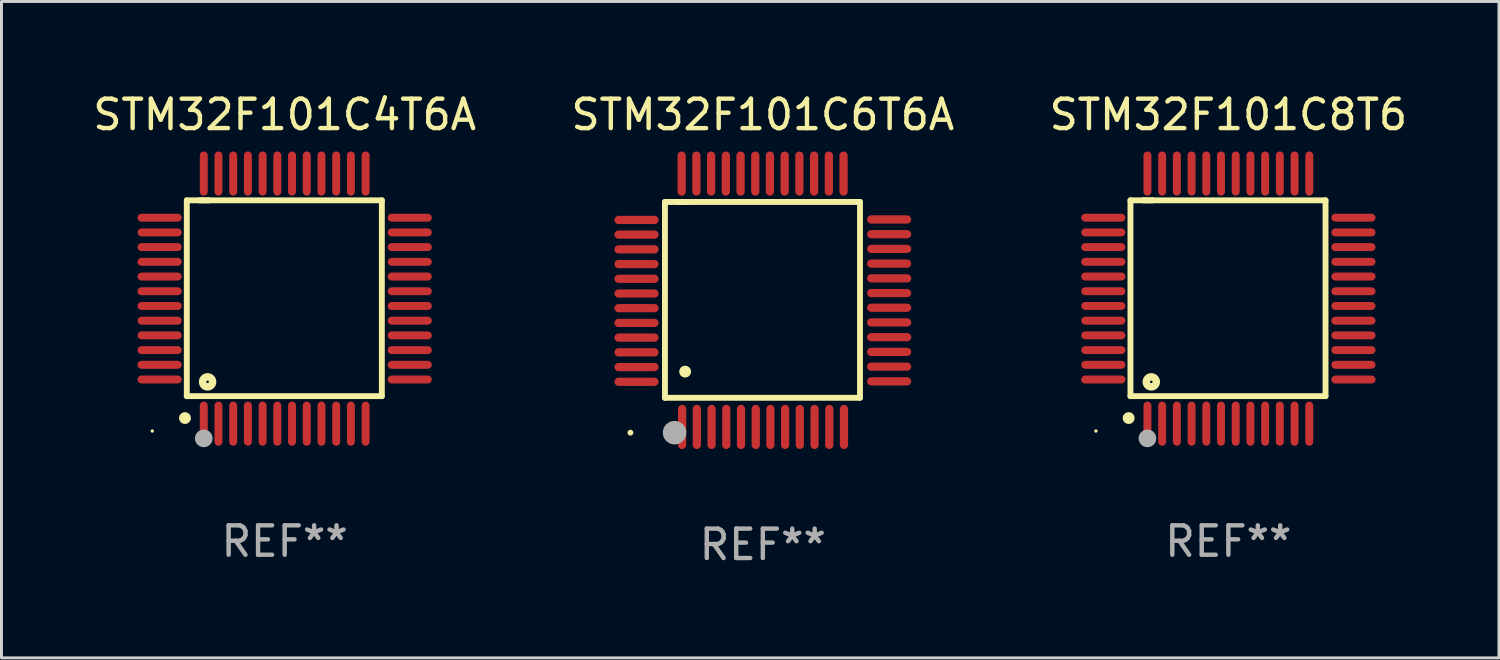
<source format=kicad_pcb>
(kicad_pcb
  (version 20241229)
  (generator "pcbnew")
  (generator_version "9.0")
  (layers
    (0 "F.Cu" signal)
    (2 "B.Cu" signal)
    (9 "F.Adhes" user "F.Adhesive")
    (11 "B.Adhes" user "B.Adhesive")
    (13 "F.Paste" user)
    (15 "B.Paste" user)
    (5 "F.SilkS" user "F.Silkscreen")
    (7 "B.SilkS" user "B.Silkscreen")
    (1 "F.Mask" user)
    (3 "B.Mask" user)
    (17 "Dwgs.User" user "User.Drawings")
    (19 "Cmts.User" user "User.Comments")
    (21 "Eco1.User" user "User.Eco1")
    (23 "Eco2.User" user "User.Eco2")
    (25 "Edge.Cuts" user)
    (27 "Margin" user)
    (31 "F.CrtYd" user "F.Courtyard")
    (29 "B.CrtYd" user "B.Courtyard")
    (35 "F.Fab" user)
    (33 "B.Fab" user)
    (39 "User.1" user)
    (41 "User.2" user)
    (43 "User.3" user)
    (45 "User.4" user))
  (footprint "STM32F101C8T6"
    (layer "F.Cu")
    (at 38.696 7.098)
    (property "Reference" "STM32F101C8T6" (at 0 -6.25 0) (layer "F.SilkS") (effects (font (size 1 1) (thickness 0.15))))
    (attr through_hole)
    (fp_line (start -3.327 -3.34) (end -2.565 -3.34) (stroke (width 0.2) (type solid)) (layer "F.SilkS"))
    (fp_line (start -3.327 3.315) (end -3.327 -3.34) (stroke (width 0.2) (type solid)) (layer "F.SilkS"))
    (fp_line (start -2.896 -3.34) (end 3.302 -3.34) (stroke (width 0.2) (type solid)) (layer "F.SilkS"))
    (fp_line (start 3.302 -3.34) (end 3.302 3.315) (stroke (width 0.2) (type solid)) (layer "F.SilkS"))
    (fp_line (start 3.302 3.315) (end -3.327 3.315) (stroke (width 0.2) (type solid)) (layer "F.SilkS"))
    (fp_arc (start -3.389992 4.059995) (mid -3.388722 4.059991) (end -3.387452 4.059995) (stroke (width 0.4) (type solid)) (layer "F.SilkS"))
    (fp_circle (center -4.5 4.5) (end -4.47 4.5) (stroke (width 0.06) (type solid)) (fill no) (layer "F.SilkS"))
    (fp_circle (center -2.62 2.83) (end -2.45 2.83) (stroke (width 0.254) (type solid)) (fill no) (layer "F.SilkS"))
    (fp_circle (center -2.75 4.75) (end -2.6 4.75) (stroke (width 0.3) (type solid)) (fill no) (layer "F.Fab"))
    (fp_text user "REF**" (at 0 8.25 0) (layer "F.Fab") (effects (font (size 1 1) (thickness 0.15))))
    (pad "1" smd oval (at -2.75 4.25) (size 0.27 1.5) (layers "F.Cu" "F.Mask" "F.Paste"))
    (pad "2" smd oval (at -2.25 4.25) (size 0.27 1.5) (layers "F.Cu" "F.Mask" "F.Paste"))
    (pad "3" smd oval (at -1.75 4.25) (size 0.27 1.5) (layers "F.Cu" "F.Mask" "F.Paste"))
    (pad "4" smd oval (at -1.25 4.25) (size 0.27 1.5) (layers "F.Cu" "F.Mask" "F.Paste"))
    (pad "5" smd oval (at -0.75 4.25) (size 0.27 1.5) (layers "F.Cu" "F.Mask" "F.Paste"))
    (pad "6" smd oval (at -0.25 4.25) (size 0.27 1.5) (layers "F.Cu" "F.Mask" "F.Paste"))
    (pad "7" smd oval (at 0.25 4.25) (size 0.27 1.5) (layers "F.Cu" "F.Mask" "F.Paste"))
    (pad "8" smd oval (at 0.75 4.25) (size 0.27 1.5) (layers "F.Cu" "F.Mask" "F.Paste"))
    (pad "9" smd oval (at 1.25 4.25) (size 0.27 1.5) (layers "F.Cu" "F.Mask" "F.Paste"))
    (pad "10" smd oval (at 1.75 4.25) (size 0.27 1.5) (layers "F.Cu" "F.Mask" "F.Paste"))
    (pad "11" smd oval (at 2.25 4.25) (size 0.27 1.5) (layers "F.Cu" "F.Mask" "F.Paste"))
    (pad "12" smd oval (at 2.75 4.25) (size 0.27 1.5) (layers "F.Cu" "F.Mask" "F.Paste"))
    (pad "13" smd oval (at 4.25 2.75) (size 1.5 0.27) (layers "F.Cu" "F.Mask" "F.Paste"))
    (pad "14" smd oval (at 4.25 2.25) (size 1.5 0.27) (layers "F.Cu" "F.Mask" "F.Paste"))
    (pad "15" smd oval (at 4.25 1.75) (size 1.5 0.27) (layers "F.Cu" "F.Mask" "F.Paste"))
    (pad "16" smd oval (at 4.25 1.25) (size 1.5 0.27) (layers "F.Cu" "F.Mask" "F.Paste"))
    (pad "17" smd oval (at 4.25 0.75) (size 1.5 0.27) (layers "F.Cu" "F.Mask" "F.Paste"))
    (pad "18" smd oval (at 4.25 0.25) (size 1.5 0.27) (layers "F.Cu" "F.Mask" "F.Paste"))
    (pad "19" smd oval (at 4.25 -0.25) (size 1.5 0.27) (layers "F.Cu" "F.Mask" "F.Paste"))
    (pad "20" smd oval (at 4.25 -0.75) (size 1.5 0.27) (layers "F.Cu" "F.Mask" "F.Paste"))
    (pad "21" smd oval (at 4.25 -1.25) (size 1.5 0.27) (layers "F.Cu" "F.Mask" "F.Paste"))
    (pad "22" smd oval (at 4.25 -1.75) (size 1.5 0.27) (layers "F.Cu" "F.Mask" "F.Paste"))
    (pad "23" smd oval (at 4.25 -2.25) (size 1.5 0.27) (layers "F.Cu" "F.Mask" "F.Paste"))
    (pad "24" smd oval (at 4.25 -2.75) (size 1.5 0.27) (layers "F.Cu" "F.Mask" "F.Paste"))
    (pad "25" smd oval (at 2.75 -4.25) (size 0.27 1.5) (layers "F.Cu" "F.Mask" "F.Paste"))
    (pad "26" smd oval (at 2.25 -4.25) (size 0.27 1.5) (layers "F.Cu" "F.Mask" "F.Paste"))
    (pad "27" smd oval (at 1.75 -4.25) (size 0.27 1.5) (layers "F.Cu" "F.Mask" "F.Paste"))
    (pad "28" smd oval (at 1.25 -4.25) (size 0.27 1.5) (layers "F.Cu" "F.Mask" "F.Paste"))
    (pad "29" smd oval (at 0.75 -4.25) (size 0.27 1.5) (layers "F.Cu" "F.Mask" "F.Paste"))
    (pad "30" smd oval (at 0.25 -4.25) (size 0.27 1.5) (layers "F.Cu" "F.Mask" "F.Paste"))
    (pad "31" smd oval (at -0.25 -4.25) (size 0.27 1.5) (layers "F.Cu" "F.Mask" "F.Paste"))
    (pad "32" smd oval (at -0.75 -4.25) (size 0.27 1.5) (layers "F.Cu" "F.Mask" "F.Paste"))
    (pad "33" smd oval (at -1.25 -4.25) (size 0.27 1.5) (layers "F.Cu" "F.Mask" "F.Paste"))
    (pad "34" smd oval (at -1.75 -4.25) (size 0.27 1.5) (layers "F.Cu" "F.Mask" "F.Paste"))
    (pad "35" smd oval (at -2.25 -4.25) (size 0.27 1.5) (layers "F.Cu" "F.Mask" "F.Paste"))
    (pad "36" smd oval (at -2.75 -4.25) (size 0.27 1.5) (layers "F.Cu" "F.Mask" "F.Paste"))
    (pad "37" smd oval (at -4.25 -2.75) (size 1.5 0.27) (layers "F.Cu" "F.Mask" "F.Paste"))
    (pad "38" smd oval (at -4.25 -2.25) (size 1.5 0.27) (layers "F.Cu" "F.Mask" "F.Paste"))
    (pad "39" smd oval (at -4.25 -1.75) (size 1.5 0.27) (layers "F.Cu" "F.Mask" "F.Paste"))
    (pad "40" smd oval (at -4.25 -1.25) (size 1.5 0.27) (layers "F.Cu" "F.Mask" "F.Paste"))
    (pad "41" smd oval (at -4.25 -0.75) (size 1.5 0.27) (layers "F.Cu" "F.Mask" "F.Paste"))
    (pad "42" smd oval (at -4.25 -0.25) (size 1.5 0.27) (layers "F.Cu" "F.Mask" "F.Paste"))
    (pad "43" smd oval (at -4.25 0.25) (size 1.5 0.27) (layers "F.Cu" "F.Mask" "F.Paste"))
    (pad "44" smd oval (at -4.25 0.75) (size 1.5 0.27) (layers "F.Cu" "F.Mask" "F.Paste"))
    (pad "45" smd oval (at -4.25 1.25) (size 1.5 0.27) (layers "F.Cu" "F.Mask" "F.Paste"))
    (pad "46" smd oval (at -4.25 1.75) (size 1.5 0.27) (layers "F.Cu" "F.Mask" "F.Paste"))
    (pad "47" smd oval (at -4.25 2.25) (size 1.5 0.27) (layers "F.Cu" "F.Mask" "F.Paste"))
    (pad "48" smd oval (at -4.25 2.75) (size 1.5 0.27) (layers "F.Cu" "F.Mask" "F.Paste")))
  (footprint "STM32F101C6T6A"
    (layer "F.Cu")
    (at 22.875 7.154)
    (property "Reference" "STM32F101C6T6A" (at 0 -6.305 0) (layer "F.SilkS") (effects (font (size 1 1) (thickness 0.15))))
    (attr through_hole)
    (fp_line (start -3.327 -3.34) (end -2.565 -3.34) (stroke (width 0.2) (type solid)) (layer "F.SilkS"))
    (fp_line (start -3.327 3.315) (end -3.327 -3.34) (stroke (width 0.2) (type solid)) (layer "F.SilkS"))
    (fp_line (start -2.896 -3.34) (end 3.302 -3.34) (stroke (width 0.2) (type solid)) (layer "F.SilkS"))
    (fp_line (start 3.302 -3.34) (end 3.302 3.315) (stroke (width 0.2) (type solid)) (layer "F.SilkS"))
    (fp_line (start 3.302 3.315) (end -3.327 3.315) (stroke (width 0.2) (type solid)) (layer "F.SilkS"))
    (fp_arc (start -2.641605 2.425705) (mid -2.640335 2.425701) (end -2.639065 2.425705) (stroke (width 0.4) (type solid)) (layer "F.SilkS"))
    (fp_circle (center -4.5 4.5) (end -4.45 4.5) (stroke (width 0.1) (type solid)) (fill no) (layer "F.SilkS"))
    (fp_circle (center -3 4.5) (end -2.8 4.5) (stroke (width 0.4) (type solid)) (fill no) (layer "F.Fab"))
    (fp_text user "REF**" (at 0 8.305 0) (layer "F.Fab") (effects (font (size 1 1) (thickness 0.15))))
    (pad "1" smd oval (at -2.743 4.305 180) (size 0.28 1.5) (layers "F.Cu" "F.Mask" "F.Paste"))
    (pad "2" smd oval (at -2.243 4.305 180) (size 0.28 1.5) (layers "F.Cu" "F.Mask" "F.Paste"))
    (pad "3" smd oval (at -1.742 4.305 180) (size 0.28 1.5) (layers "F.Cu" "F.Mask" "F.Paste"))
    (pad "4" smd oval (at -1.242 4.305 180) (size 0.28 1.5) (layers "F.Cu" "F.Mask" "F.Paste"))
    (pad "5" smd oval (at -0.742 4.305 180) (size 0.28 1.5) (layers "F.Cu" "F.Mask" "F.Paste"))
    (pad "6" smd oval (at -0.241 4.305 180) (size 0.28 1.5) (layers "F.Cu" "F.Mask" "F.Paste"))
    (pad "7" smd oval (at 0.257 4.305 180) (size 0.28 1.5) (layers "F.Cu" "F.Mask" "F.Paste"))
    (pad "8" smd oval (at 0.757 4.305 180) (size 0.28 1.5) (layers "F.Cu" "F.Mask" "F.Paste"))
    (pad "9" smd oval (at 1.257 4.305 180) (size 0.28 1.5) (layers "F.Cu" "F.Mask" "F.Paste"))
    (pad "10" smd oval (at 1.758 4.305 180) (size 0.28 1.5) (layers "F.Cu" "F.Mask" "F.Paste"))
    (pad "11" smd oval (at 2.258 4.305 180) (size 0.28 1.5) (layers "F.Cu" "F.Mask" "F.Paste"))
    (pad "12" smd oval (at 2.758 4.305 180) (size 0.28 1.5) (layers "F.Cu" "F.Mask" "F.Paste"))
    (pad "13" smd oval (at 4.293 2.756 90) (size 0.28 1.5) (layers "F.Cu" "F.Mask" "F.Paste"))
    (pad "14" smd oval (at 4.293 2.256 90) (size 0.28 1.5) (layers "F.Cu" "F.Mask" "F.Paste"))
    (pad "15" smd oval (at 4.293 1.755 90) (size 0.28 1.5) (layers "F.Cu" "F.Mask" "F.Paste"))
    (pad "16" smd oval (at 4.293 1.255 90) (size 0.28 1.5) (layers "F.Cu" "F.Mask" "F.Paste"))
    (pad "17" smd oval (at 4.293 0.754 90) (size 0.28 1.5) (layers "F.Cu" "F.Mask" "F.Paste"))
    (pad "18" smd oval (at 4.293 0.254 90) (size 0.28 1.5) (layers "F.Cu" "F.Mask" "F.Paste"))
    (pad "19" smd oval (at 4.293 -0.244 90) (size 0.28 1.5) (layers "F.Cu" "F.Mask" "F.Paste"))
    (pad "20" smd oval (at 4.293 -0.744 90) (size 0.28 1.5) (layers "F.Cu" "F.Mask" "F.Paste"))
    (pad "21" smd oval (at 4.293 -1.245 90) (size 0.28 1.5) (layers "F.Cu" "F.Mask" "F.Paste"))
    (pad "22" smd oval (at 4.293 -1.745 90) (size 0.28 1.5) (layers "F.Cu" "F.Mask" "F.Paste"))
    (pad "23" smd oval (at 4.293 -2.245 90) (size 0.28 1.5) (layers "F.Cu" "F.Mask" "F.Paste"))
    (pad "24" smd oval (at 4.293 -2.746 90) (size 0.28 1.5) (layers "F.Cu" "F.Mask" "F.Paste"))
    (pad "25" smd oval (at 2.743 -4.305 180) (size 0.28 1.5) (layers "F.Cu" "F.Mask" "F.Paste"))
    (pad "26" smd oval (at 2.243 -4.305 180) (size 0.28 1.5) (layers "F.Cu" "F.Mask" "F.Paste"))
    (pad "27" smd oval (at 1.742 -4.305 180) (size 0.28 1.5) (layers "F.Cu" "F.Mask" "F.Paste"))
    (pad "28" smd oval (at 1.242 -4.305 180) (size 0.28 1.5) (layers "F.Cu" "F.Mask" "F.Paste"))
    (pad "29" smd oval (at 0.742 -4.305 180) (size 0.28 1.5) (layers "F.Cu" "F.Mask" "F.Paste"))
    (pad "30" smd oval (at 0.241 -4.305 180) (size 0.28 1.5) (layers "F.Cu" "F.Mask" "F.Paste"))
    (pad "31" smd oval (at -0.257 -4.305 180) (size 0.28 1.5) (layers "F.Cu" "F.Mask" "F.Paste"))
    (pad "32" smd oval (at -0.757 -4.305 180) (size 0.28 1.5) (layers "F.Cu" "F.Mask" "F.Paste"))
    (pad "33" smd oval (at -1.257 -4.305 180) (size 0.28 1.5) (layers "F.Cu" "F.Mask" "F.Paste"))
    (pad "34" smd oval (at -1.758 -4.305 180) (size 0.28 1.5) (layers "F.Cu" "F.Mask" "F.Paste"))
    (pad "35" smd oval (at -2.258 -4.305 180) (size 0.28 1.5) (layers "F.Cu" "F.Mask" "F.Paste"))
    (pad "36" smd oval (at -2.758 -4.305 180) (size 0.28 1.5) (layers "F.Cu" "F.Mask" "F.Paste"))
    (pad "37" smd oval (at -4.293 -2.731 90) (size 0.28 1.5) (layers "F.Cu" "F.Mask" "F.Paste"))
    (pad "38" smd oval (at -4.293 -2.23 90) (size 0.28 1.5) (layers "F.Cu" "F.Mask" "F.Paste"))
    (pad "39" smd oval (at -4.293 -1.73 90) (size 0.28 1.5) (layers "F.Cu" "F.Mask" "F.Paste"))
    (pad "40" smd oval (at -4.293 -1.229 90) (size 0.28 1.5) (layers "F.Cu" "F.Mask" "F.Paste"))
    (pad "41" smd oval (at -4.293 -0.729 90) (size 0.28 1.5) (layers "F.Cu" "F.Mask" "F.Paste"))
    (pad "42" smd oval (at -4.293 -0.229 90) (size 0.28 1.5) (layers "F.Cu" "F.Mask" "F.Paste"))
    (pad "43" smd oval (at -4.293 0.269 90) (size 0.28 1.5) (layers "F.Cu" "F.Mask" "F.Paste"))
    (pad "44" smd oval (at -4.293 0.77 90) (size 0.28 1.5) (layers "F.Cu" "F.Mask" "F.Paste"))
    (pad "45" smd oval (at -4.293 1.27 90) (size 0.28 1.5) (layers "F.Cu" "F.Mask" "F.Paste"))
    (pad "46" smd oval (at -4.293 1.77 90) (size 0.28 1.5) (layers "F.Cu" "F.Mask" "F.Paste"))
    (pad "47" smd oval (at -4.293 2.271 90) (size 0.28 1.5) (layers "F.Cu" "F.Mask" "F.Paste"))
    (pad "48" smd oval (at -4.293 2.771 90) (size 0.28 1.5) (layers "F.Cu" "F.Mask" "F.Paste")))
  (footprint "STM32F101C4T6A"
    (layer "F.Cu")
    (at 6.625 7.098)
    (property "Reference" "STM32F101C4T6A" (at 0 -6.25 0) (layer "F.SilkS") (effects (font (size 1 1) (thickness 0.15))))
    (attr through_hole)
    (fp_line (start -3.327 -3.34) (end -2.565 -3.34) (stroke (width 0.2) (type solid)) (layer "F.SilkS"))
    (fp_line (start -3.327 3.315) (end -3.327 -3.34) (stroke (width 0.2) (type solid)) (layer "F.SilkS"))
    (fp_line (start -2.896 -3.34) (end 3.302 -3.34) (stroke (width 0.2) (type solid)) (layer "F.SilkS"))
    (fp_line (start 3.302 -3.34) (end 3.302 3.315) (stroke (width 0.2) (type solid)) (layer "F.SilkS"))
    (fp_line (start 3.302 3.315) (end -3.327 3.315) (stroke (width 0.2) (type solid)) (layer "F.SilkS"))
    (fp_arc (start -3.389992 4.059995) (mid -3.388722 4.059991) (end -3.387452 4.059995) (stroke (width 0.4) (type solid)) (layer "F.SilkS"))
    (fp_circle (center -4.5 4.5) (end -4.47 4.5) (stroke (width 0.06) (type solid)) (fill no) (layer "F.SilkS"))
    (fp_circle (center -2.62 2.83) (end -2.45 2.83) (stroke (width 0.254) (type solid)) (fill no) (layer "F.SilkS"))
    (fp_circle (center -2.75 4.75) (end -2.6 4.75) (stroke (width 0.3) (type solid)) (fill no) (layer "F.Fab"))
    (fp_text user "REF**" (at 0 8.25 0) (layer "F.Fab") (effects (font (size 1 1) (thickness 0.15))))
    (pad "1" smd oval (at -2.75 4.25) (size 0.27 1.5) (layers "F.Cu" "F.Mask" "F.Paste"))
    (pad "2" smd oval (at -2.25 4.25) (size 0.27 1.5) (layers "F.Cu" "F.Mask" "F.Paste"))
    (pad "3" smd oval (at -1.75 4.25) (size 0.27 1.5) (layers "F.Cu" "F.Mask" "F.Paste"))
    (pad "4" smd oval (at -1.25 4.25) (size 0.27 1.5) (layers "F.Cu" "F.Mask" "F.Paste"))
    (pad "5" smd oval (at -0.75 4.25) (size 0.27 1.5) (layers "F.Cu" "F.Mask" "F.Paste"))
    (pad "6" smd oval (at -0.25 4.25) (size 0.27 1.5) (layers "F.Cu" "F.Mask" "F.Paste"))
    (pad "7" smd oval (at 0.25 4.25) (size 0.27 1.5) (layers "F.Cu" "F.Mask" "F.Paste"))
    (pad "8" smd oval (at 0.75 4.25) (size 0.27 1.5) (layers "F.Cu" "F.Mask" "F.Paste"))
    (pad "9" smd oval (at 1.25 4.25) (size 0.27 1.5) (layers "F.Cu" "F.Mask" "F.Paste"))
    (pad "10" smd oval (at 1.75 4.25) (size 0.27 1.5) (layers "F.Cu" "F.Mask" "F.Paste"))
    (pad "11" smd oval (at 2.25 4.25) (size 0.27 1.5) (layers "F.Cu" "F.Mask" "F.Paste"))
    (pad "12" smd oval (at 2.75 4.25) (size 0.27 1.5) (layers "F.Cu" "F.Mask" "F.Paste"))
    (pad "13" smd oval (at 4.25 2.75) (size 1.5 0.27) (layers "F.Cu" "F.Mask" "F.Paste"))
    (pad "14" smd oval (at 4.25 2.25) (size 1.5 0.27) (layers "F.Cu" "F.Mask" "F.Paste"))
    (pad "15" smd oval (at 4.25 1.75) (size 1.5 0.27) (layers "F.Cu" "F.Mask" "F.Paste"))
    (pad "16" smd oval (at 4.25 1.25) (size 1.5 0.27) (layers "F.Cu" "F.Mask" "F.Paste"))
    (pad "17" smd oval (at 4.25 0.75) (size 1.5 0.27) (layers "F.Cu" "F.Mask" "F.Paste"))
    (pad "18" smd oval (at 4.25 0.25) (size 1.5 0.27) (layers "F.Cu" "F.Mask" "F.Paste"))
    (pad "19" smd oval (at 4.25 -0.25) (size 1.5 0.27) (layers "F.Cu" "F.Mask" "F.Paste"))
    (pad "20" smd oval (at 4.25 -0.75) (size 1.5 0.27) (layers "F.Cu" "F.Mask" "F.Paste"))
    (pad "21" smd oval (at 4.25 -1.25) (size 1.5 0.27) (layers "F.Cu" "F.Mask" "F.Paste"))
    (pad "22" smd oval (at 4.25 -1.75) (size 1.5 0.27) (layers "F.Cu" "F.Mask" "F.Paste"))
    (pad "23" smd oval (at 4.25 -2.25) (size 1.5 0.27) (layers "F.Cu" "F.Mask" "F.Paste"))
    (pad "24" smd oval (at 4.25 -2.75) (size 1.5 0.27) (layers "F.Cu" "F.Mask" "F.Paste"))
    (pad "25" smd oval (at 2.75 -4.25) (size 0.27 1.5) (layers "F.Cu" "F.Mask" "F.Paste"))
    (pad "26" smd oval (at 2.25 -4.25) (size 0.27 1.5) (layers "F.Cu" "F.Mask" "F.Paste"))
    (pad "27" smd oval (at 1.75 -4.25) (size 0.27 1.5) (layers "F.Cu" "F.Mask" "F.Paste"))
    (pad "28" smd oval (at 1.25 -4.25) (size 0.27 1.5) (layers "F.Cu" "F.Mask" "F.Paste"))
    (pad "29" smd oval (at 0.75 -4.25) (size 0.27 1.5) (layers "F.Cu" "F.Mask" "F.Paste"))
    (pad "30" smd oval (at 0.25 -4.25) (size 0.27 1.5) (layers "F.Cu" "F.Mask" "F.Paste"))
    (pad "31" smd oval (at -0.25 -4.25) (size 0.27 1.5) (layers "F.Cu" "F.Mask" "F.Paste"))
    (pad "32" smd oval (at -0.75 -4.25) (size 0.27 1.5) (layers "F.Cu" "F.Mask" "F.Paste"))
    (pad "33" smd oval (at -1.25 -4.25) (size 0.27 1.5) (layers "F.Cu" "F.Mask" "F.Paste"))
    (pad "34" smd oval (at -1.75 -4.25) (size 0.27 1.5) (layers "F.Cu" "F.Mask" "F.Paste"))
    (pad "35" smd oval (at -2.25 -4.25) (size 0.27 1.5) (layers "F.Cu" "F.Mask" "F.Paste"))
    (pad "36" smd oval (at -2.75 -4.25) (size 0.27 1.5) (layers "F.Cu" "F.Mask" "F.Paste"))
    (pad "37" smd oval (at -4.25 -2.75) (size 1.5 0.27) (layers "F.Cu" "F.Mask" "F.Paste"))
    (pad "38" smd oval (at -4.25 -2.25) (size 1.5 0.27) (layers "F.Cu" "F.Mask" "F.Paste"))
    (pad "39" smd oval (at -4.25 -1.75) (size 1.5 0.27) (layers "F.Cu" "F.Mask" "F.Paste"))
    (pad "40" smd oval (at -4.25 -1.25) (size 1.5 0.27) (layers "F.Cu" "F.Mask" "F.Paste"))
    (pad "41" smd oval (at -4.25 -0.75) (size 1.5 0.27) (layers "F.Cu" "F.Mask" "F.Paste"))
    (pad "42" smd oval (at -4.25 -0.25) (size 1.5 0.27) (layers "F.Cu" "F.Mask" "F.Paste"))
    (pad "43" smd oval (at -4.25 0.25) (size 1.5 0.27) (layers "F.Cu" "F.Mask" "F.Paste"))
    (pad "44" smd oval (at -4.25 0.75) (size 1.5 0.27) (layers "F.Cu" "F.Mask" "F.Paste"))
    (pad "45" smd oval (at -4.25 1.25) (size 1.5 0.27) (layers "F.Cu" "F.Mask" "F.Paste"))
    (pad "46" smd oval (at -4.25 1.75) (size 1.5 0.27) (layers "F.Cu" "F.Mask" "F.Paste"))
    (pad "47" smd oval (at -4.25 2.25) (size 1.5 0.27) (layers "F.Cu" "F.Mask" "F.Paste"))
    (pad "48" smd oval (at -4.25 2.75) (size 1.5 0.27) (layers "F.Cu" "F.Mask" "F.Paste")))
  (gr_rect
    (start -3 -3)
    (end 47.893 19.307)
    (stroke (width 0.1) (type default))
    (fill no)
    (layer "Edge.Cuts")))
</source>
